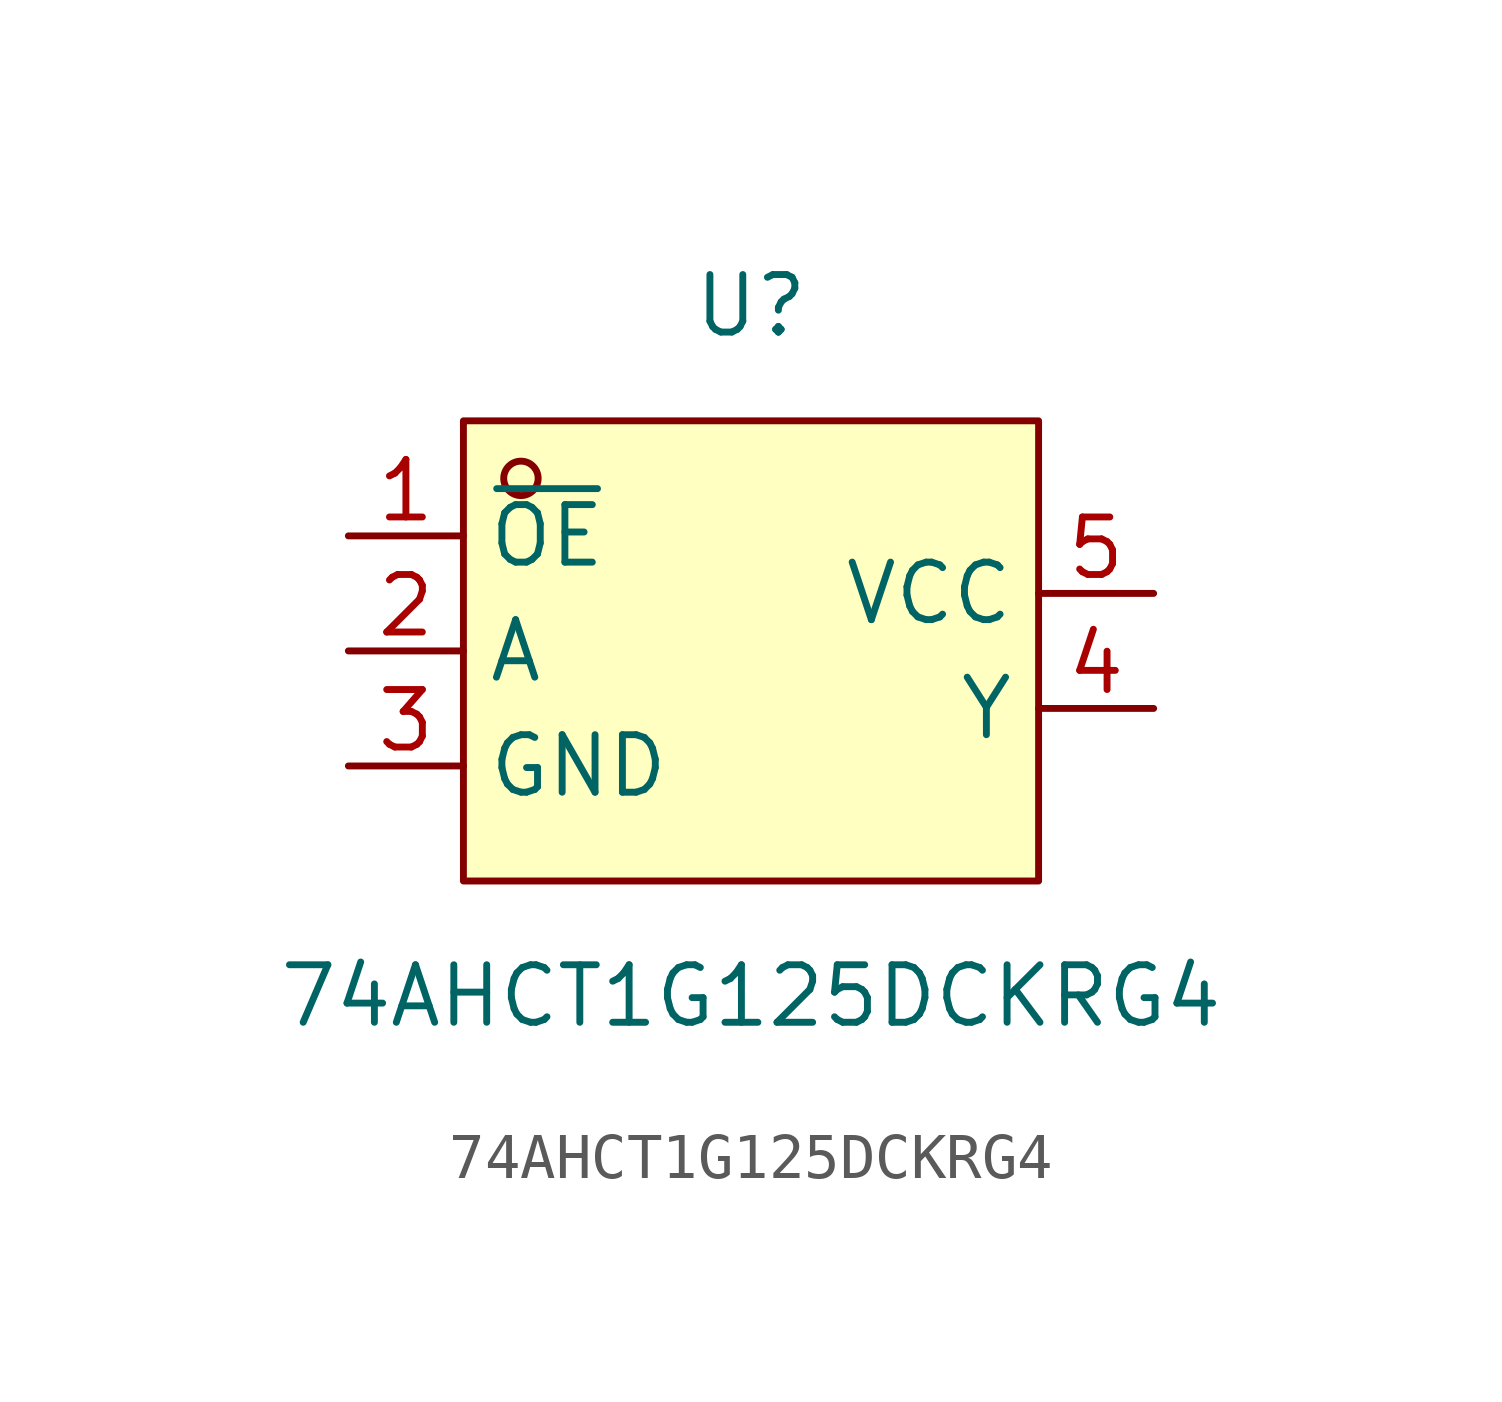
<source format=kicad_sym>
(kicad_symbol_lib
  (version 20211014)
  (generator https://github.com/uPesy/easyeda2kicad.py)
  (symbol "74AHCT1G125DCKRG4"
    (property "Reference" "U"
      (at 0 7.62 0)
      (effects (font (size 1.27 1.27))))
    (property "Value" "74AHCT1G125DCKRG4"
      (at 0 -7.62 0)
      (effects (font (size 1.27 1.27))))
    (symbol "74AHCT1G125DCKRG4_0_1"
      (rectangle (start -6.35 5.08) (end 6.35 -5.08) (stroke (width 0) (type default) (color 0 0 0 0)) (fill (type background)))
      (circle (center -5.08 3.81) (radius 0.38) (stroke (width 0) (type default) (color 0 0 0 0)) (fill (type none)))
      (pin unspecified line (at -8.89 2.54 0) (length 2.54) (name "~{OE}" (effects (font (size 1.27 1.27)))) (number "1" (effects (font (size 1.27 1.27)))))
      (pin unspecified line (at -8.89 -0.00 0) (length 2.54) (name "A" (effects (font (size 1.27 1.27)))) (number "2" (effects (font (size 1.27 1.27)))))
      (pin unspecified line (at -8.89 -2.54 0) (length 2.54) (name "GND" (effects (font (size 1.27 1.27)))) (number "3" (effects (font (size 1.27 1.27)))))
      (pin unspecified line (at 8.89 -1.27 180) (length 2.54) (name "Y" (effects (font (size 1.27 1.27)))) (number "4" (effects (font (size 1.27 1.27)))))
      (pin unspecified line (at 8.89 1.27 180) (length 2.54) (name "VCC" (effects (font (size 1.27 1.27)))) (number "5" (effects (font (size 1.27 1.27))))))))
</source>
